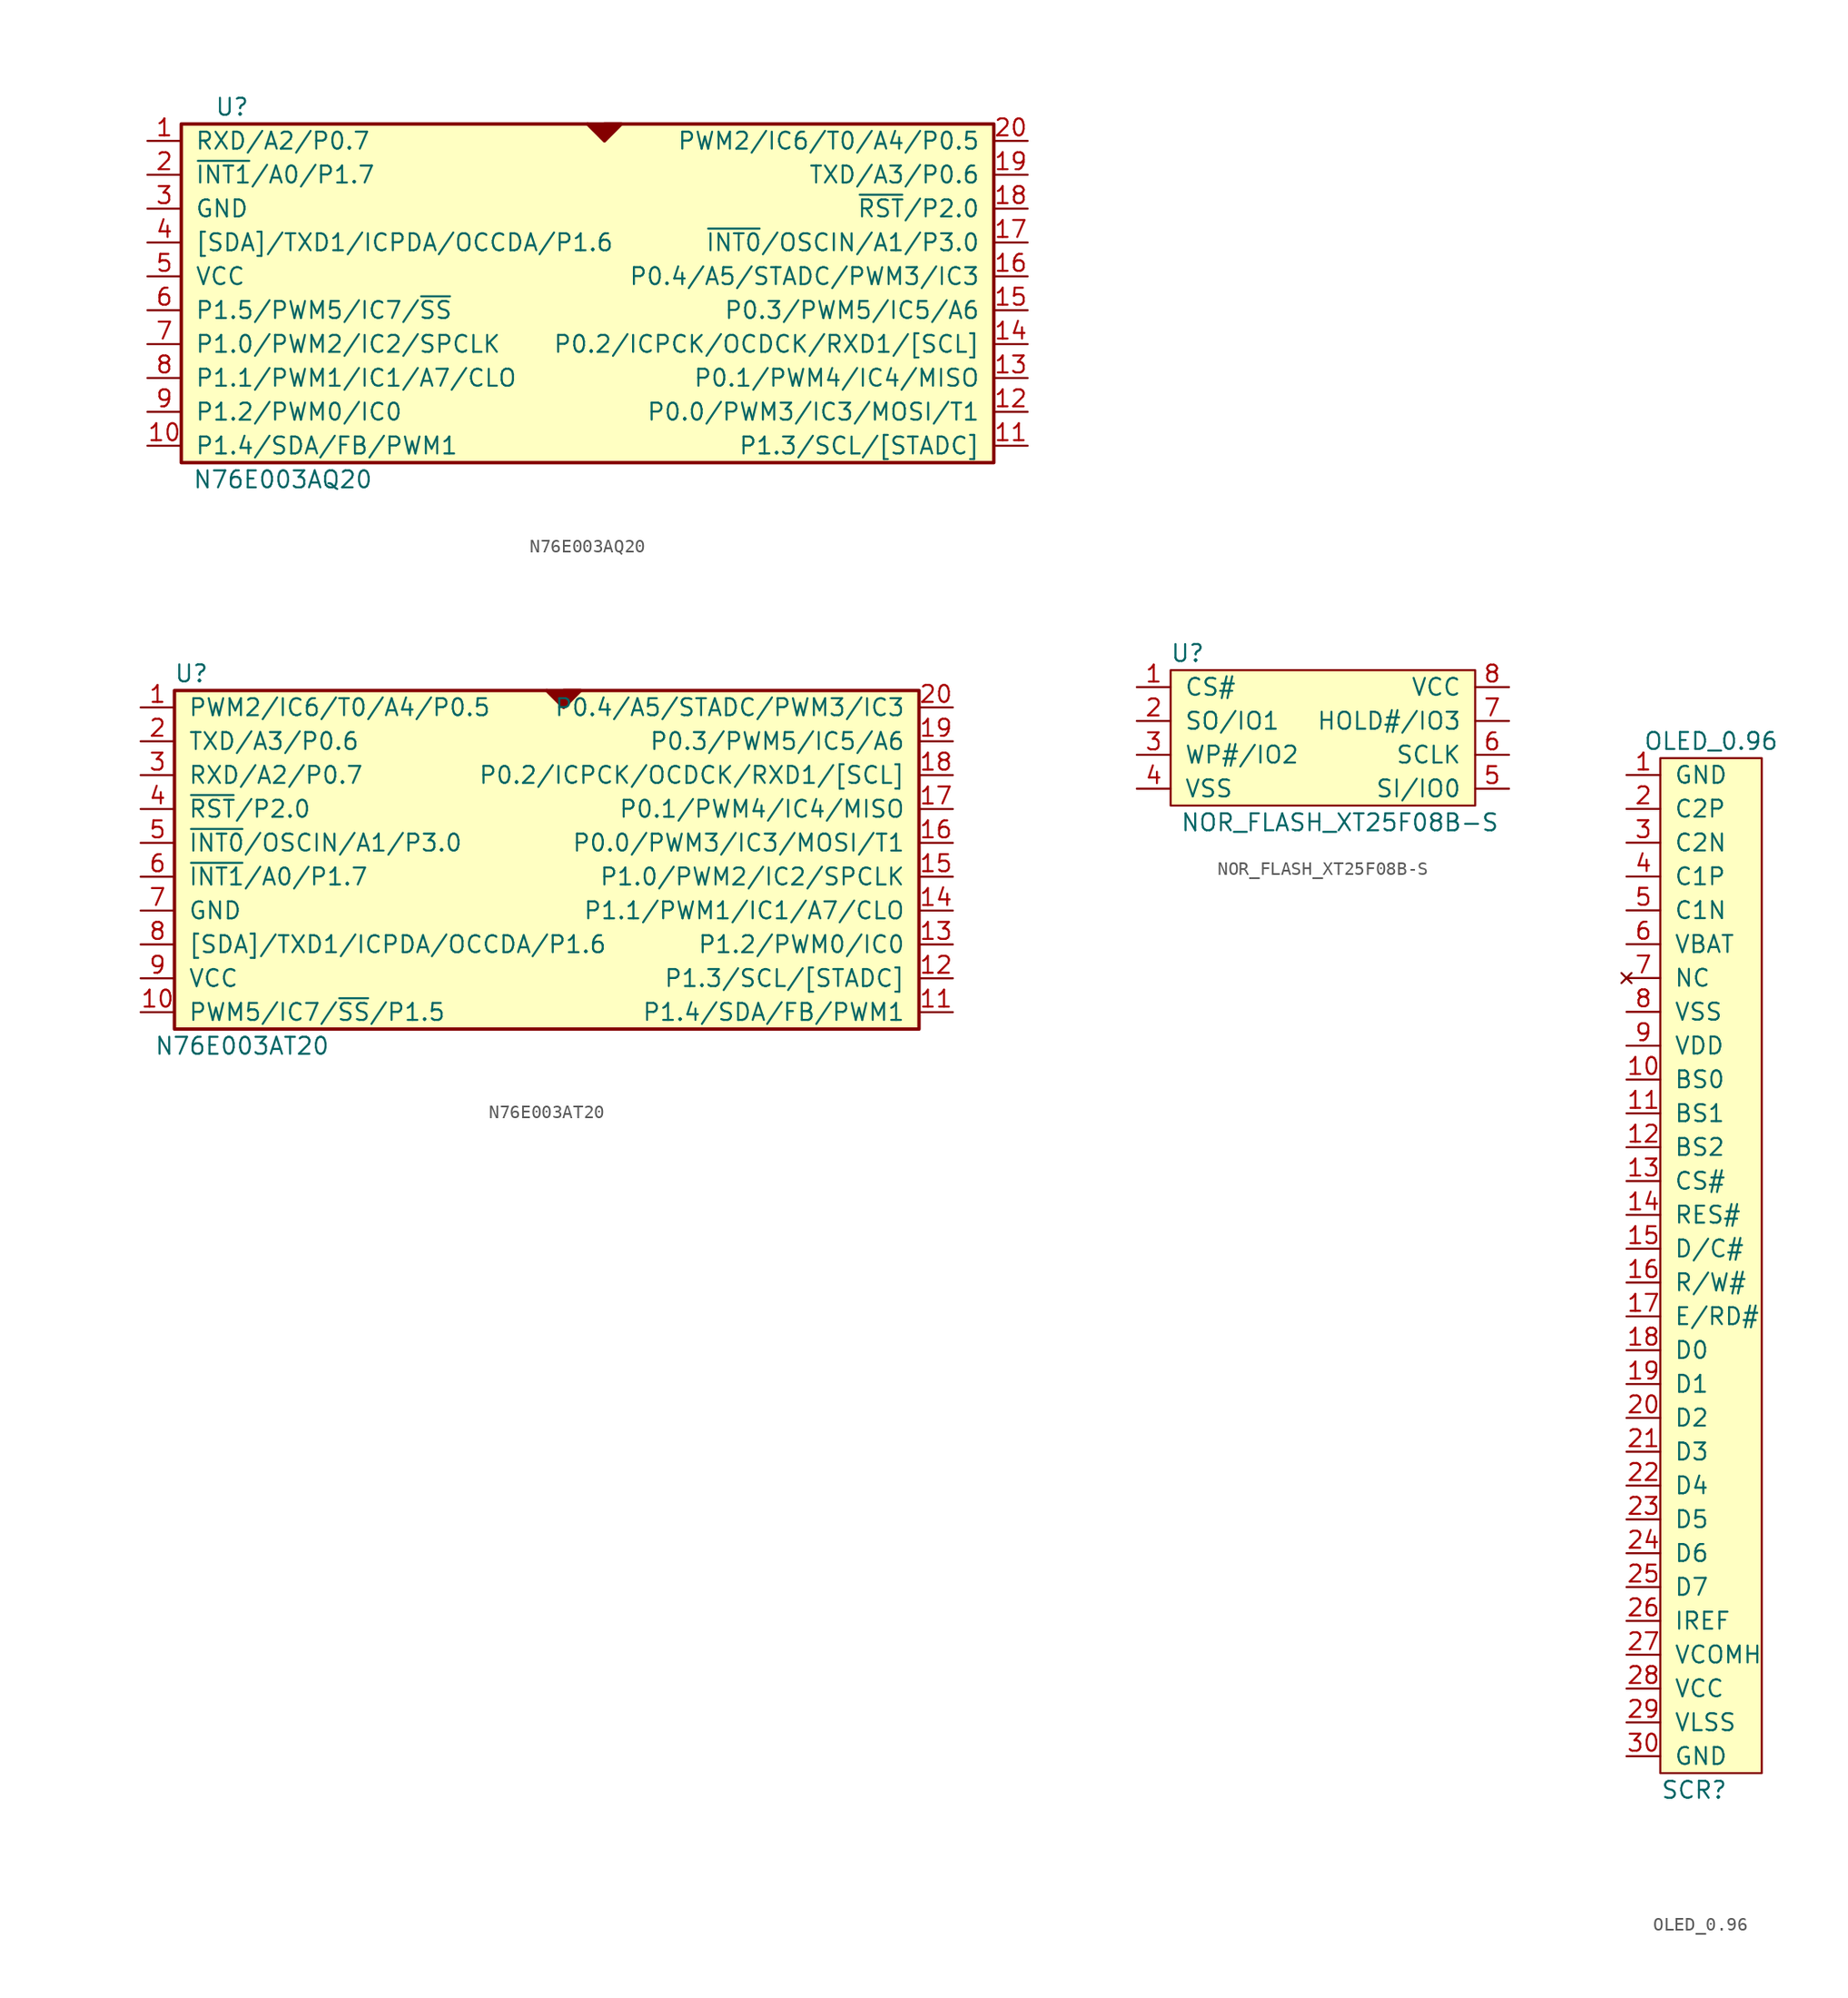
<source format=kicad_sym>
(kicad_symbol_lib
  (version 20211014)
  (generator kicad_symbol_editor)
  (symbol "N76E003AQ20"
    (pin_names
      (offset 1.016))
    (property "Reference" "U"
      (at -27.94 13.97 0)
      (effects (font (size 1.27 1.27))))
    (property "Value" "N76E003AQ20"
      (at -24.13 -13.97 0)
      (effects (font (size 1.27 1.27))))
    (symbol "N76E003AQ20_0_1"
      (rectangle (start -31.75 12.7) (end 29.21 -12.7) (stroke (width 0.254) (type default) (color 0 0 0 0)) (fill (type background)))
      (polyline (pts (xy -1.27 12.7) (xy 0 11.43) (xy 1.27 12.7) (xy 0 12.7)) (stroke (width 0.254) (type default) (color 0 0 0 0)) (fill (type outline)))
      (pin bidirectional line (at -34.29 11.43 0) (length 2.54) (name "RXD/A2/P0.7" (effects (font (size 1.27 1.27)))) (number "1" (effects (font (size 1.27 1.27)))))
      (pin bidirectional line (at -34.29 -11.43 0) (length 2.54) (name "P1.4/SDA/FB/PWM1" (effects (font (size 1.27 1.27)))) (number "10" (effects (font (size 1.27 1.27)))))
      (pin bidirectional line (at 31.75 -11.43 180) (length 2.54) (name "P1.3/SCL/[STADC]" (effects (font (size 1.27 1.27)))) (number "11" (effects (font (size 1.27 1.27)))))
      (pin bidirectional line (at 31.75 -8.89 180) (length 2.54) (name "P0.0/PWM3/IC3/MOSI/T1" (effects (font (size 1.27 1.27)))) (number "12" (effects (font (size 1.27 1.27)))))
      (pin bidirectional line (at 31.75 -6.35 180) (length 2.54) (name "P0.1/PWM4/IC4/MISO" (effects (font (size 1.27 1.27)))) (number "13" (effects (font (size 1.27 1.27)))))
      (pin bidirectional line (at 31.75 -3.81 180) (length 2.54) (name "P0.2/ICPCK/OCDCK/RXD1/[SCL]" (effects (font (size 1.27 1.27)))) (number "14" (effects (font (size 1.27 1.27)))))
      (pin bidirectional line (at 31.75 -1.27 180) (length 2.54) (name "P0.3/PWM5/IC5/A6" (effects (font (size 1.27 1.27)))) (number "15" (effects (font (size 1.27 1.27)))))
      (pin bidirectional line (at 31.75 1.27 180) (length 2.54) (name "P0.4/A5/STADC/PWM3/IC3" (effects (font (size 1.27 1.27)))) (number "16" (effects (font (size 1.27 1.27)))))
      (pin bidirectional line (at 31.75 3.81 180) (length 2.54) (name "~{INT0}/OSCIN/A1/P3.0" (effects (font (size 1.27 1.27)))) (number "17" (effects (font (size 1.27 1.27)))))
      (pin bidirectional line (at 31.75 6.35 180) (length 2.54) (name "~{RST}/P2.0" (effects (font (size 1.27 1.27)))) (number "18" (effects (font (size 1.27 1.27)))))
      (pin bidirectional line (at 31.75 8.89 180) (length 2.54) (name "TXD/A3/P0.6" (effects (font (size 1.27 1.27)))) (number "19" (effects (font (size 1.27 1.27)))))
      (pin bidirectional line (at -34.29 8.89 0) (length 2.54) (name "~{INT1}/A0/P1.7" (effects (font (size 1.27 1.27)))) (number "2" (effects (font (size 1.27 1.27)))))
      (pin bidirectional line (at 31.75 11.43 180) (length 2.54) (name "PWM2/IC6/T0/A4/P0.5" (effects (font (size 1.27 1.27)))) (number "20" (effects (font (size 1.27 1.27)))))
      (pin power_in line (at -34.29 6.35 0) (length 2.54) hide (name "GND" (effects (font (size 1.27 1.27)))) (number "21" (effects (font (size 1.27 1.27)))))
      (pin power_in line (at -34.29 6.35 0) (length 2.54) (name "GND" (effects (font (size 1.27 1.27)))) (number "3" (effects (font (size 1.27 1.27)))))
      (pin bidirectional line (at -34.29 3.81 0) (length 2.54) (name "[SDA]/TXD1/ICPDA/OCCDA/P1.6" (effects (font (size 1.27 1.27)))) (number "4" (effects (font (size 1.27 1.27)))))
      (pin power_in line (at -34.29 1.27 0) (length 2.54) (name "VCC" (effects (font (size 1.27 1.27)))) (number "5" (effects (font (size 1.27 1.27)))))
      (pin bidirectional line (at -34.29 -1.27 0) (length 2.54) (name "P1.5/PWM5/IC7/~{SS}" (effects (font (size 1.27 1.27)))) (number "6" (effects (font (size 1.27 1.27)))))
      (pin bidirectional line (at -34.29 -3.81 0) (length 2.54) (name "P1.0/PWM2/IC2/SPCLK" (effects (font (size 1.27 1.27)))) (number "7" (effects (font (size 1.27 1.27)))))
      (pin bidirectional line (at -34.29 -6.35 0) (length 2.54) (name "P1.1/PWM1/IC1/A7/CLO" (effects (font (size 1.27 1.27)))) (number "8" (effects (font (size 1.27 1.27)))))
      (pin bidirectional line (at -34.29 -8.89 0) (length 2.54) (name "P1.2/PWM0/IC0" (effects (font (size 1.27 1.27)))) (number "9" (effects (font (size 1.27 1.27)))))))
  (symbol "N76E003AT20"
    (pin_names
      (offset 1.016))
    (property "Reference" "U"
      (at -27.94 13.97 0)
      (effects (font (size 1.27 1.27))))
    (property "Value" "N76E003AT20"
      (at -24.13 -13.97 0)
      (effects (font (size 1.27 1.27))))
    (symbol "N76E003AT20_0_1"
      (rectangle (start -29.21 12.7) (end 26.67 -12.7) (stroke (width 0.254) (type default) (color 0 0 0 0)) (fill (type background)))
      (polyline (pts (xy -1.27 12.7) (xy 0 11.43) (xy 1.27 12.7) (xy 0 12.7)) (stroke (width 0.254) (type default) (color 0 0 0 0)) (fill (type outline)))
      (pin bidirectional line (at -31.75 11.43 0) (length 2.54) (name "PWM2/IC6/T0/A4/P0.5" (effects (font (size 1.27 1.27)))) (number "1" (effects (font (size 1.27 1.27)))))
      (pin power_in line (at -31.75 -11.43 0) (length 2.54) (name "PWM5/IC7/~{SS}/P1.5" (effects (font (size 1.27 1.27)))) (number "10" (effects (font (size 1.27 1.27)))))
      (pin bidirectional line (at 29.21 -11.43 180) (length 2.54) (name "P1.4/SDA/FB/PWM1" (effects (font (size 1.27 1.27)))) (number "11" (effects (font (size 1.27 1.27)))))
      (pin bidirectional line (at 29.21 -8.89 180) (length 2.54) (name "P1.3/SCL/[STADC]" (effects (font (size 1.27 1.27)))) (number "12" (effects (font (size 1.27 1.27)))))
      (pin bidirectional line (at 29.21 -6.35 180) (length 2.54) (name "P1.2/PWM0/IC0" (effects (font (size 1.27 1.27)))) (number "13" (effects (font (size 1.27 1.27)))))
      (pin bidirectional line (at 29.21 -3.81 180) (length 2.54) (name "P1.1/PWM1/IC1/A7/CLO" (effects (font (size 1.27 1.27)))) (number "14" (effects (font (size 1.27 1.27)))))
      (pin bidirectional line (at 29.21 -1.27 180) (length 2.54) (name "P1.0/PWM2/IC2/SPCLK" (effects (font (size 1.27 1.27)))) (number "15" (effects (font (size 1.27 1.27)))))
      (pin bidirectional line (at 29.21 1.27 180) (length 2.54) (name "P0.0/PWM3/IC3/MOSI/T1" (effects (font (size 1.27 1.27)))) (number "16" (effects (font (size 1.27 1.27)))))
      (pin bidirectional line (at 29.21 3.81 180) (length 2.54) (name "P0.1/PWM4/IC4/MISO" (effects (font (size 1.27 1.27)))) (number "17" (effects (font (size 1.27 1.27)))))
      (pin bidirectional line (at 29.21 6.35 180) (length 2.54) (name "P0.2/ICPCK/OCDCK/RXD1/[SCL]" (effects (font (size 1.27 1.27)))) (number "18" (effects (font (size 1.27 1.27)))))
      (pin bidirectional line (at 29.21 8.89 180) (length 2.54) (name "P0.3/PWM5/IC5/A6" (effects (font (size 1.27 1.27)))) (number "19" (effects (font (size 1.27 1.27)))))
      (pin bidirectional line (at -31.75 8.89 0) (length 2.54) (name "TXD/A3/P0.6" (effects (font (size 1.27 1.27)))) (number "2" (effects (font (size 1.27 1.27)))))
      (pin bidirectional line (at 29.21 11.43 180) (length 2.54) (name "P0.4/A5/STADC/PWM3/IC3" (effects (font (size 1.27 1.27)))) (number "20" (effects (font (size 1.27 1.27)))))
      (pin bidirectional line (at -31.75 6.35 0) (length 2.54) (name "RXD/A2/P0.7" (effects (font (size 1.27 1.27)))) (number "3" (effects (font (size 1.27 1.27)))))
      (pin bidirectional line (at -31.75 3.81 0) (length 2.54) (name "~{RST}/P2.0" (effects (font (size 1.27 1.27)))) (number "4" (effects (font (size 1.27 1.27)))))
      (pin bidirectional line (at -31.75 1.27 0) (length 2.54) (name "~{INT0}/OSCIN/A1/P3.0" (effects (font (size 1.27 1.27)))) (number "5" (effects (font (size 1.27 1.27)))))
      (pin bidirectional line (at -31.75 -1.27 0) (length 2.54) (name "~{INT1}/A0/P1.7" (effects (font (size 1.27 1.27)))) (number "6" (effects (font (size 1.27 1.27)))))
      (pin power_in line (at -31.75 -3.81 0) (length 2.54) (name "GND" (effects (font (size 1.27 1.27)))) (number "7" (effects (font (size 1.27 1.27)))))
      (pin bidirectional line (at -31.75 -6.35 0) (length 2.54) (name "[SDA]/TXD1/ICPDA/OCCDA/P1.6" (effects (font (size 1.27 1.27)))) (number "8" (effects (font (size 1.27 1.27)))))
      (pin power_in line (at -31.75 -8.89 0) (length 2.54) (name "VCC" (effects (font (size 1.27 1.27)))) (number "9" (effects (font (size 1.27 1.27)))))))
  (symbol "NOR_FLASH_XT25F08B-S"
    (pin_names
      (offset 1.016))
    (property "Reference" "U"
      (at -10.16 6.35 0)
      (effects (font (size 1.27 1.27))))
    (property "Value" "NOR_FLASH_XT25F08B-S"
      (at 1.27 -6.35 0)
      (effects (font (size 1.27 1.27))))
    (symbol "NOR_FLASH_XT25F08B-S_0_1"
      (rectangle (start -11.43 -5.08) (end 11.43 5.08) (stroke (width 0) (type default) (color 0 0 0 0)) (fill (type background))))
    (symbol "NOR_FLASH_XT25F08B-S_1_1"
      (pin input line (at -13.97 3.81 0) (length 2.54) (name "CS#" (effects (font (size 1.27 1.27)))) (number "1" (effects (font (size 1.27 1.27)))))
      (pin input line (at -13.97 1.27 0) (length 2.54) (name "SO/IO1" (effects (font (size 1.27 1.27)))) (number "2" (effects (font (size 1.27 1.27)))))
      (pin input line (at -13.97 -1.27 0) (length 2.54) (name "WP#/IO2" (effects (font (size 1.27 1.27)))) (number "3" (effects (font (size 1.27 1.27)))))
      (pin input line (at -13.97 -3.81 0) (length 2.54) (name "VSS" (effects (font (size 1.27 1.27)))) (number "4" (effects (font (size 1.27 1.27)))))
      (pin input line (at 13.97 -3.81 180) (length 2.54) (name "SI/IO0" (effects (font (size 1.27 1.27)))) (number "5" (effects (font (size 1.27 1.27)))))
      (pin input line (at 13.97 -1.27 180) (length 2.54) (name "SCLK" (effects (font (size 1.27 1.27)))) (number "6" (effects (font (size 1.27 1.27)))))
      (pin input line (at 13.97 1.27 180) (length 2.54) (name "HOLD#/IO3" (effects (font (size 1.27 1.27)))) (number "7" (effects (font (size 1.27 1.27)))))
      (pin input line (at 13.97 3.81 180) (length 2.54) (name "VCC" (effects (font (size 1.27 1.27)))) (number "8" (effects (font (size 1.27 1.27)))))
      (pin input line (at -13.97 -3.81 0) (length 2.54) hide (name "E_PAD" (effects (font (size 1.27 1.27)))) (number "9" (effects (font (size 1.27 1.27)))))))
  (symbol "OLED_0.96"
    (pin_names
      (offset 1.016))
    (property "Reference" "SCR"
      (at 2.54 -57.15 0)
      (effects (font (size 1.27 1.27))))
    (property "Value" "OLED_0.96"
      (at 3.81 21.59 0)
      (effects (font (size 1.27 1.27))))
    (symbol "OLED_0.96_0_1"
      (rectangle (start 0 20.32) (end 7.62 -55.88) (stroke (width 0) (type default) (color 0 0 0 0)) (fill (type background))))
    (symbol "OLED_0.96_1_1"
      (pin power_in line (at -2.54 19.05 0) (length 2.54) (name "GND" (effects (font (size 1.27 1.27)))) (number "1" (effects (font (size 1.27 1.27)))))
      (pin input line (at -2.54 -3.81 0) (length 2.54) (name "BS0" (effects (font (size 1.27 1.27)))) (number "10" (effects (font (size 1.27 1.27)))))
      (pin input line (at -2.54 -6.35 0) (length 2.54) (name "BS1" (effects (font (size 1.27 1.27)))) (number "11" (effects (font (size 1.27 1.27)))))
      (pin input line (at -2.54 -8.89 0) (length 2.54) (name "BS2" (effects (font (size 1.27 1.27)))) (number "12" (effects (font (size 1.27 1.27)))))
      (pin input line (at -2.54 -11.43 0) (length 2.54) (name "CS#" (effects (font (size 1.27 1.27)))) (number "13" (effects (font (size 1.27 1.27)))))
      (pin input line (at -2.54 -13.97 0) (length 2.54) (name "RES#" (effects (font (size 1.27 1.27)))) (number "14" (effects (font (size 1.27 1.27)))))
      (pin input line (at -2.54 -16.51 0) (length 2.54) (name "D/C#" (effects (font (size 1.27 1.27)))) (number "15" (effects (font (size 1.27 1.27)))))
      (pin input line (at -2.54 -19.05 0) (length 2.54) (name "R/W#" (effects (font (size 1.27 1.27)))) (number "16" (effects (font (size 1.27 1.27)))))
      (pin input line (at -2.54 -21.59 0) (length 2.54) (name "E/RD#" (effects (font (size 1.27 1.27)))) (number "17" (effects (font (size 1.27 1.27)))))
      (pin bidirectional line (at -2.54 -24.13 0) (length 2.54) (name "D0" (effects (font (size 1.27 1.27)))) (number "18" (effects (font (size 1.27 1.27)))))
      (pin bidirectional line (at -2.54 -26.67 0) (length 2.54) (name "D1" (effects (font (size 1.27 1.27)))) (number "19" (effects (font (size 1.27 1.27)))))
      (pin input line (at -2.54 16.51 0) (length 2.54) (name "C2P" (effects (font (size 1.27 1.27)))) (number "2" (effects (font (size 1.27 1.27)))))
      (pin bidirectional line (at -2.54 -29.21 0) (length 2.54) (name "D2" (effects (font (size 1.27 1.27)))) (number "20" (effects (font (size 1.27 1.27)))))
      (pin bidirectional line (at -2.54 -31.75 0) (length 2.54) (name "D3" (effects (font (size 1.27 1.27)))) (number "21" (effects (font (size 1.27 1.27)))))
      (pin bidirectional line (at -2.54 -34.29 0) (length 2.54) (name "D4" (effects (font (size 1.27 1.27)))) (number "22" (effects (font (size 1.27 1.27)))))
      (pin bidirectional line (at -2.54 -36.83 0) (length 2.54) (name "D5" (effects (font (size 1.27 1.27)))) (number "23" (effects (font (size 1.27 1.27)))))
      (pin bidirectional line (at -2.54 -39.37 0) (length 2.54) (name "D6" (effects (font (size 1.27 1.27)))) (number "24" (effects (font (size 1.27 1.27)))))
      (pin bidirectional line (at -2.54 -41.91 0) (length 2.54) (name "D7" (effects (font (size 1.27 1.27)))) (number "25" (effects (font (size 1.27 1.27)))))
      (pin input line (at -2.54 -44.45 0) (length 2.54) (name "IREF" (effects (font (size 1.27 1.27)))) (number "26" (effects (font (size 1.27 1.27)))))
      (pin output line (at -2.54 -46.99 0) (length 2.54) (name "VCOMH" (effects (font (size 1.27 1.27)))) (number "27" (effects (font (size 1.27 1.27)))))
      (pin power_in line (at -2.54 -49.53 0) (length 2.54) (name "VCC" (effects (font (size 1.27 1.27)))) (number "28" (effects (font (size 1.27 1.27)))))
      (pin power_in line (at -2.54 -52.07 0) (length 2.54) (name "VLSS" (effects (font (size 1.27 1.27)))) (number "29" (effects (font (size 1.27 1.27)))))
      (pin input line (at -2.54 13.97 0) (length 2.54) (name "C2N" (effects (font (size 1.27 1.27)))) (number "3" (effects (font (size 1.27 1.27)))))
      (pin power_in line (at -2.54 -54.61 0) (length 2.54) (name "GND" (effects (font (size 1.27 1.27)))) (number "30" (effects (font (size 1.27 1.27)))))
      (pin input line (at -2.54 11.43 0) (length 2.54) (name "C1P" (effects (font (size 1.27 1.27)))) (number "4" (effects (font (size 1.27 1.27)))))
      (pin input line (at -2.54 8.89 0) (length 2.54) (name "C1N" (effects (font (size 1.27 1.27)))) (number "5" (effects (font (size 1.27 1.27)))))
      (pin power_in line (at -2.54 6.35 0) (length 2.54) (name "VBAT" (effects (font (size 1.27 1.27)))) (number "6" (effects (font (size 1.27 1.27)))))
      (pin no_connect line (at -2.54 3.81 0) (length 2.54) (name "NC" (effects (font (size 1.27 1.27)))) (number "7" (effects (font (size 1.27 1.27)))))
      (pin power_in line (at -2.54 1.27 0) (length 2.54) (name "VSS" (effects (font (size 1.27 1.27)))) (number "8" (effects (font (size 1.27 1.27)))))
      (pin power_in line (at -2.54 -1.27 0) (length 2.54) (name "VDD" (effects (font (size 1.27 1.27)))) (number "9" (effects (font (size 1.27 1.27))))))))
</source>
